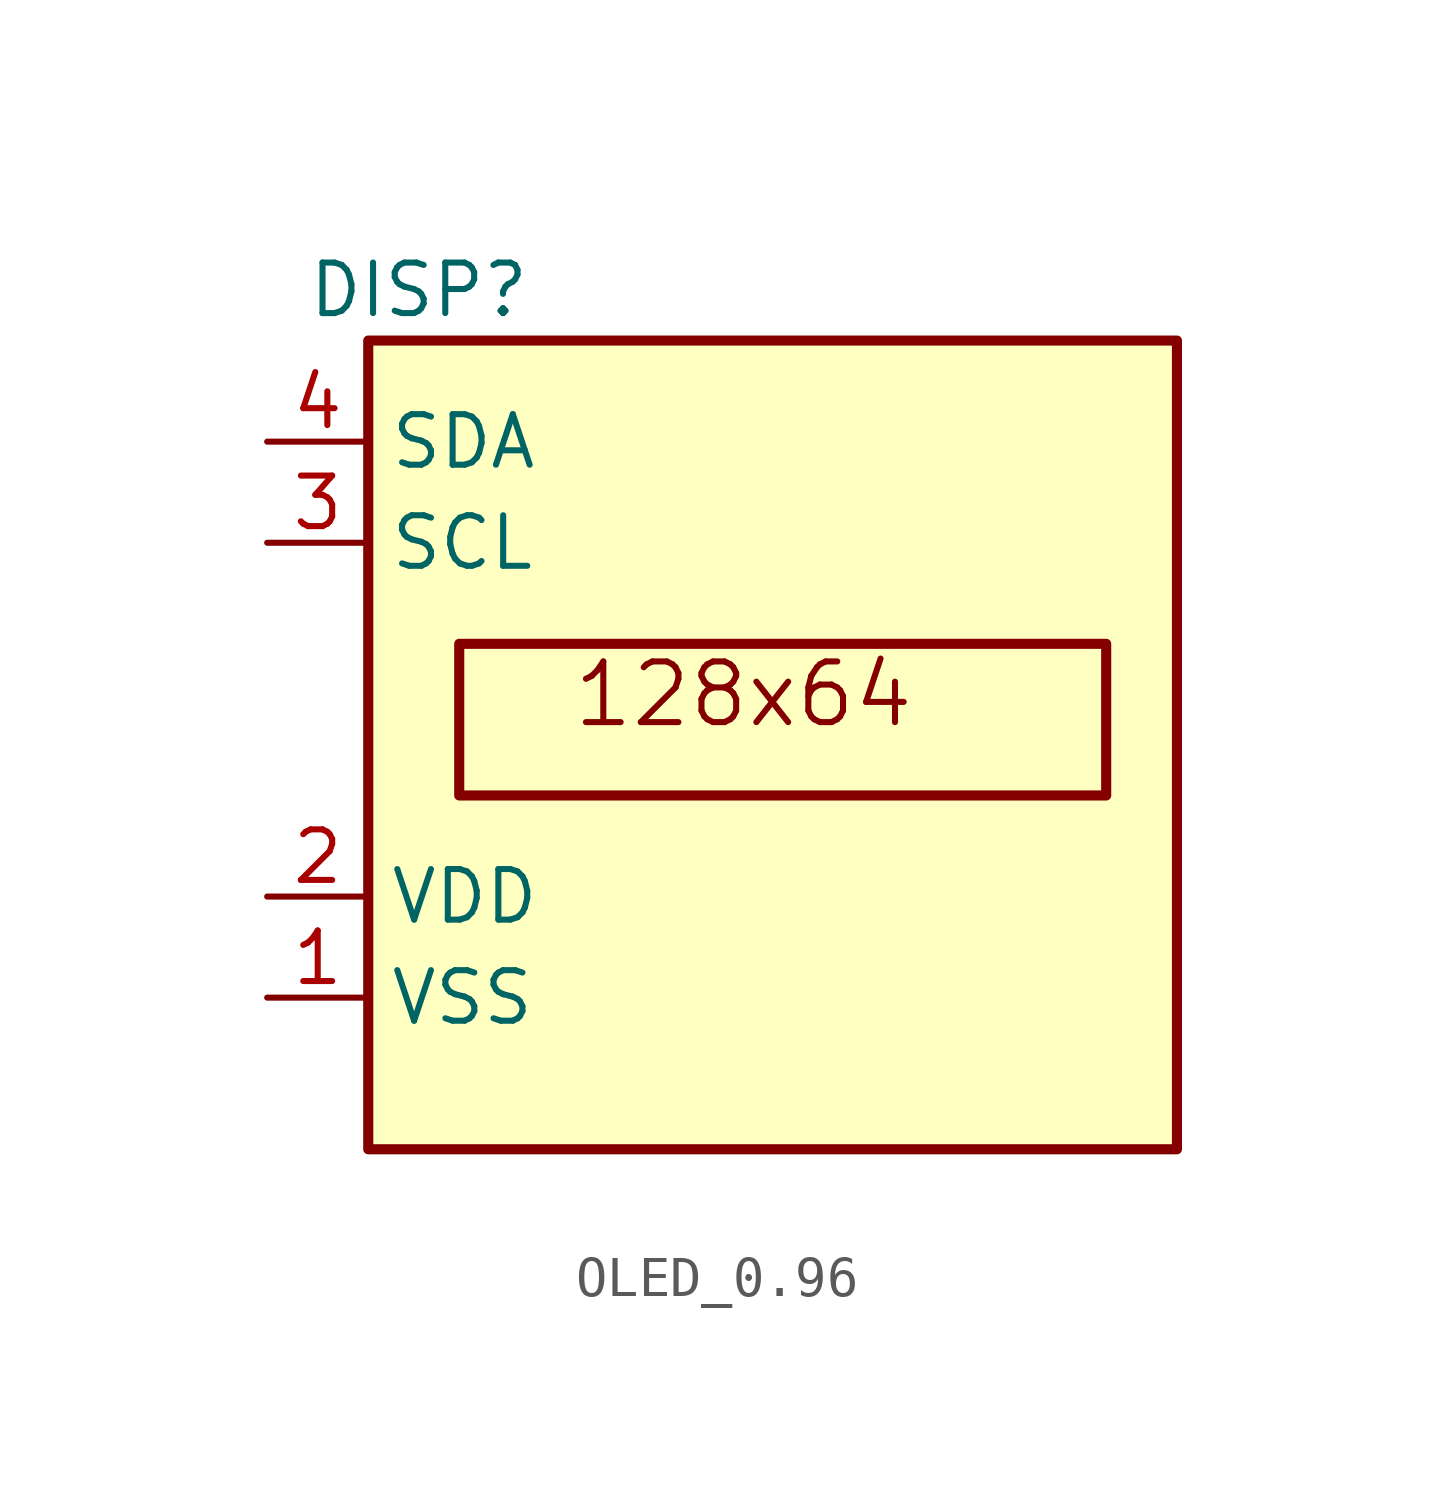
<source format=kicad_sym>
(kicad_symbol_lib
  (version 20220914)
  (generator kicad_symbol_editor)
  (symbol "OLED_0.96"
    (property "Reference" "DISP"
      (at -8.89 11.43 0)
      (effects (font (size 1.27 1.27))))
    (property "Value" ""
      (at 3.556 11.684 0)
      (effects (font (size 1.27 1.27)) (justify left)))
    (symbol "OLED_0.96_0_0"
      (rectangle (start -7.874 2.54) (end 8.382 -1.27) (stroke (width 0.254) (type default)) (fill (type none))))
    (symbol "OLED_0.96_0_1"
      (rectangle (start -10.16 10.16) (end 10.16 -10.16) (stroke (width 0.254) (type default)) (fill (type background))))
    (symbol "OLED_0.96_1_0"
      (text "128x64" (at -5.08 1.27 0) (effects (font (size 1.524 1.524)) (justify left))))
    (symbol "OLED_0.96_1_1"
      (pin power_in line (at -12.7 -6.35 0) (length 2.54) (name "VSS" (effects (font (size 1.27 1.27)))) (number "1" (effects (font (size 1.27 1.27)))))
      (pin power_in line (at -12.7 -3.81 0) (length 2.54) (name "VDD" (effects (font (size 1.27 1.27)))) (number "2" (effects (font (size 1.27 1.27)))))
      (pin input line (at -12.7 5.08 0) (length 2.54) (name "SCL" (effects (font (size 1.27 1.27)))) (number "3" (effects (font (size 1.27 1.27)))))
      (pin bidirectional line (at -12.7 7.62 0) (length 2.54) (name "SDA" (effects (font (size 1.27 1.27)))) (number "4" (effects (font (size 1.27 1.27))))))))
</source>
